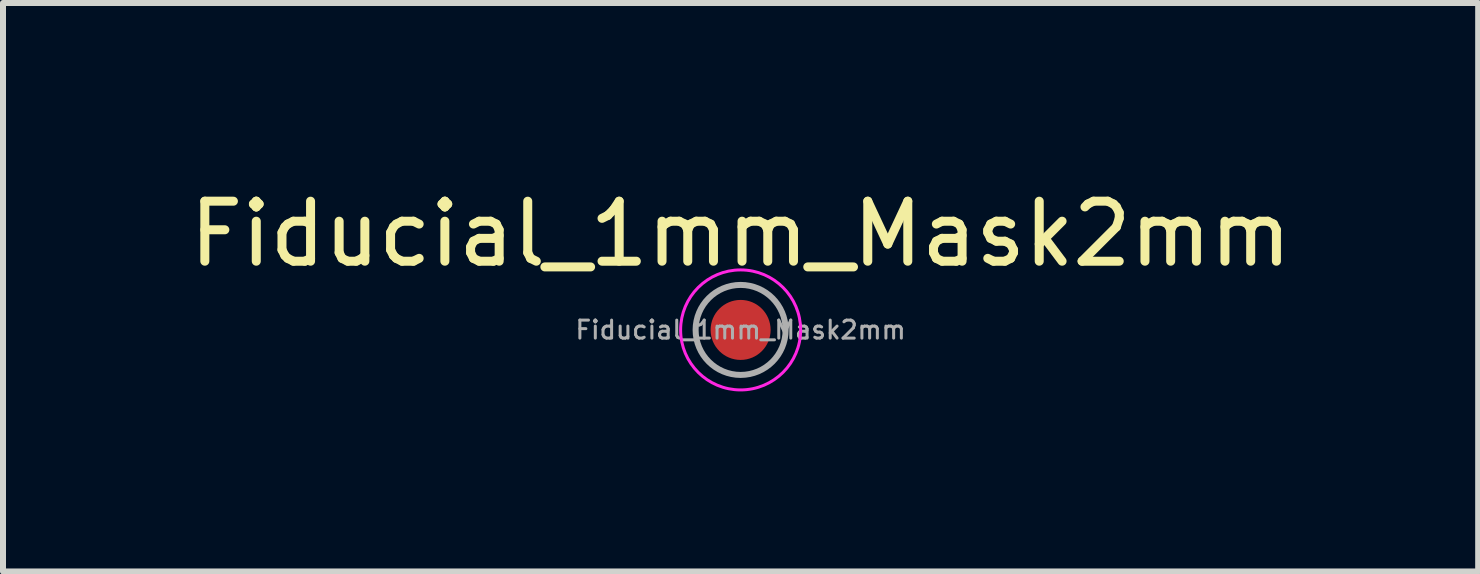
<source format=kicad_pcb>
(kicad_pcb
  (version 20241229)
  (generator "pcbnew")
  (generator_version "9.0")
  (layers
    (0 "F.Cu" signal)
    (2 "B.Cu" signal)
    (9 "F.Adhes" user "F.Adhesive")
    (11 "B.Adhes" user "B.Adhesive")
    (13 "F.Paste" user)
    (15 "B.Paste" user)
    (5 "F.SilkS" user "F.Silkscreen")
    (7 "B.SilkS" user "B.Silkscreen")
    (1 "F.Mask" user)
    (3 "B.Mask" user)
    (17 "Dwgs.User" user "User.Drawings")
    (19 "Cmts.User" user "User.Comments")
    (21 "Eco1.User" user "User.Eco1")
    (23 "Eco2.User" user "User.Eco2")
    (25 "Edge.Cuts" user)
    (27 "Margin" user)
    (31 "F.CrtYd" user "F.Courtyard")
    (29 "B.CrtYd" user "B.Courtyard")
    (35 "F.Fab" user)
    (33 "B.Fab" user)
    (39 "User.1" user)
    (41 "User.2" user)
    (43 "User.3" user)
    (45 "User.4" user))
  (footprint "Fiducial_1mm_Mask2mm"
    (layer "F.Cu")
    (at 9.292 2.448)
    (property "Reference" "Fiducial_1mm_Mask2mm" (at 0 -1.6 0) (layer "F.SilkS") (effects (font (size 1 1) (thickness 0.15))))
    (attr smd board_only exclude_from_bom)
    (fp_circle (center 0 0) (end 1 0) (stroke (width 0.05) (type solid)) (fill no) (layer "F.CrtYd"))
    (fp_circle (center 0 0) (end 0.75 0) (stroke (width 0.1) (type solid)) (fill no) (layer "F.Fab"))
    (fp_text user "${REFERENCE}" (at 0 0 0) (layer "F.Fab") (effects (font (size 0.3 0.3) (thickness 0.05))))
    (pad "" smd circle (at 0 0) (size 1 1) (layers "F.Cu" "F.Mask")))
  (gr_rect
    (start -3 -3)
    (end 21.583 6.473)
    (stroke (width 0.1) (type default))
    (fill no)
    (layer "Edge.Cuts")))
</source>
